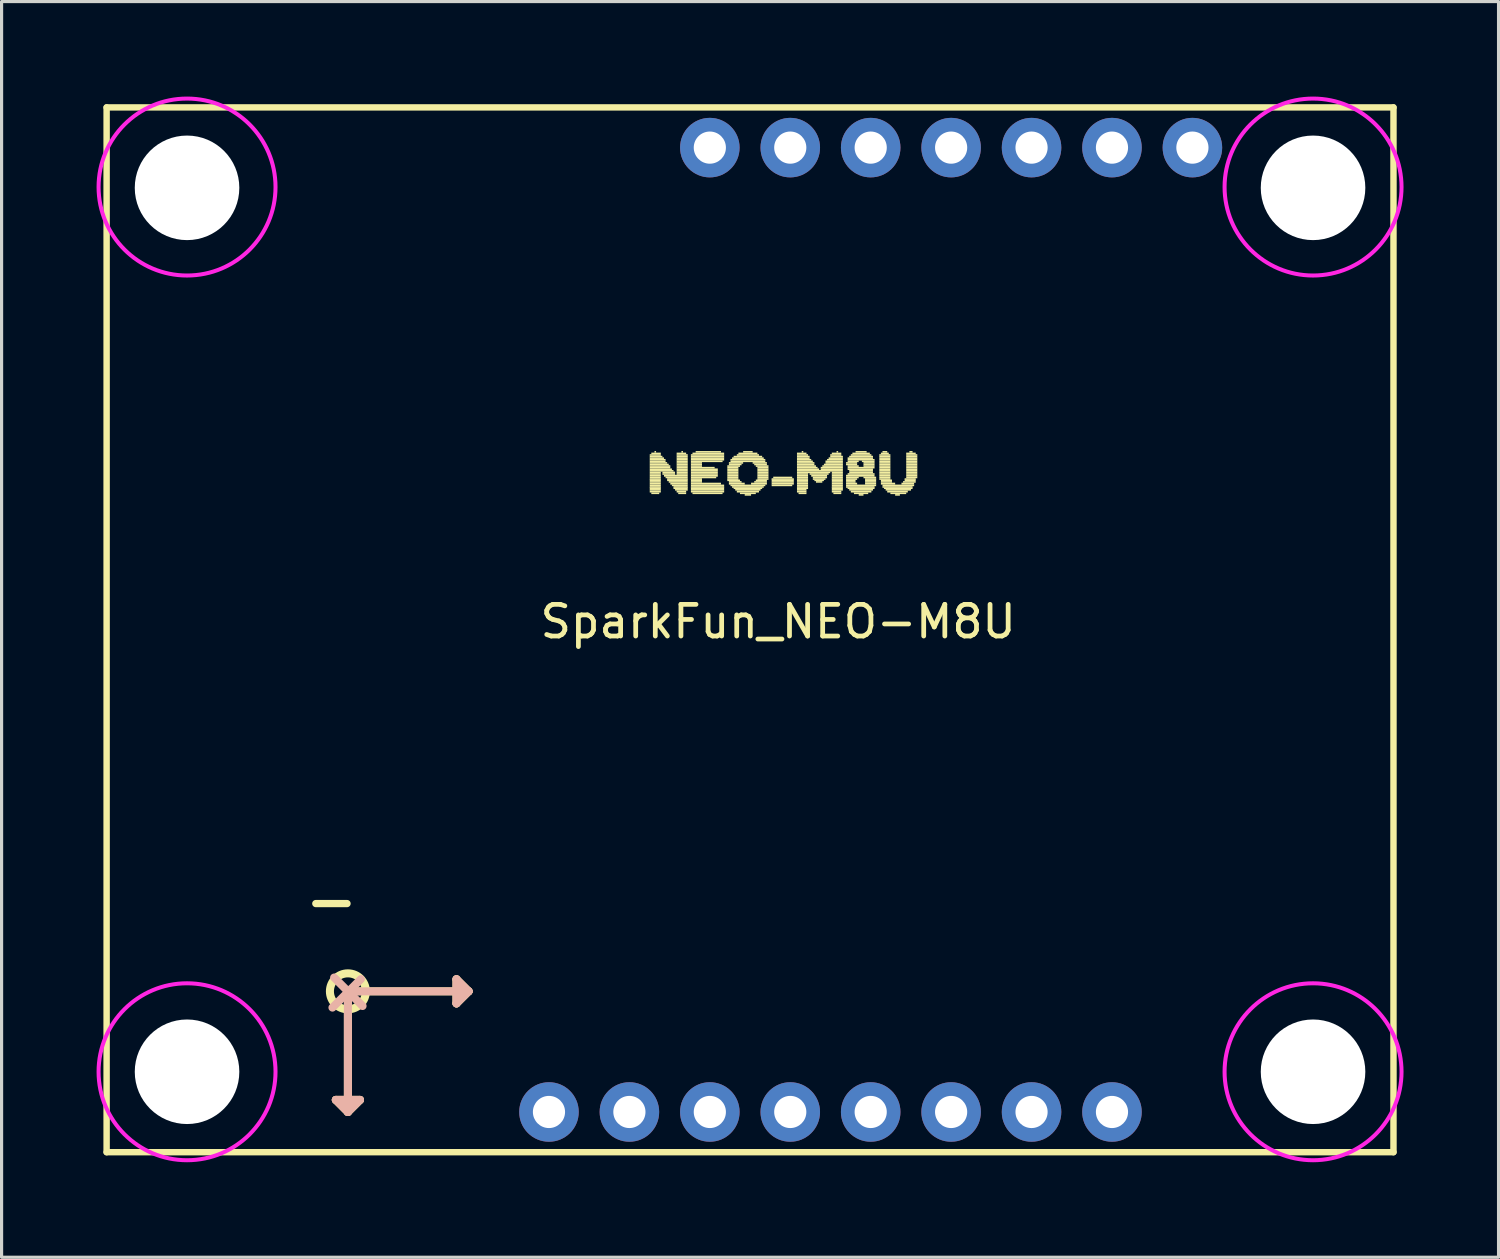
<source format=kicad_pcb>
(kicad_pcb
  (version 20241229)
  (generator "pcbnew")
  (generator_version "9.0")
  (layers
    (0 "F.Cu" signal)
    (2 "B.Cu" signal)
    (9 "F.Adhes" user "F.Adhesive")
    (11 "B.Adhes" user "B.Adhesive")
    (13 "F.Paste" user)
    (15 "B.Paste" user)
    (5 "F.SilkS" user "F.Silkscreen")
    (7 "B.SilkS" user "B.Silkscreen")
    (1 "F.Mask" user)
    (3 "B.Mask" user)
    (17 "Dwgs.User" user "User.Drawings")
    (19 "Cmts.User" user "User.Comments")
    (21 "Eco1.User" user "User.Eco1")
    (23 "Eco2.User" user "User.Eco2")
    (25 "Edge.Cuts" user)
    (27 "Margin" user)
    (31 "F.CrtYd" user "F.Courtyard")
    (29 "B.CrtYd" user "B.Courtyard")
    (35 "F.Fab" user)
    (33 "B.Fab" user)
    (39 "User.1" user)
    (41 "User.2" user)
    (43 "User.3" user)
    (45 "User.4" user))
  (footprint "SparkFun_NEO-M8U"
    (layer "F.Cu")
    (at 21.526 17.081)
    (property "Reference" "SparkFun_NEO-M8U" (at 0 -0.5 0) (unlocked yes) (layer "F.SilkS") (effects (font (size 1 1) (thickness 0.15))))
    (attr through_hole)
    (fp_line (start -21.209 -16.739) (end 19.431 -16.739) (stroke (width 0.203) (type solid)) (layer "F.SilkS"))
    (fp_line (start -21.209 16.256) (end -21.209 -16.739) (stroke (width 0.203) (type solid)) (layer "F.SilkS"))
    (fp_line (start -13.97 14.605) (end -13.208 14.605) (stroke (width 0.254) (type solid)) (layer "F.SilkS"))
    (fp_line (start -13.589 11.176) (end -9.779 11.176) (stroke (width 0.254) (type solid)) (layer "F.SilkS"))
    (fp_line (start -13.589 14.986) (end -13.97 14.605) (stroke (width 0.254) (type solid)) (layer "F.SilkS"))
    (fp_line (start -13.589 14.986) (end -13.589 11.176) (stroke (width 0.254) (type solid)) (layer "F.SilkS"))
    (fp_line (start -13.208 14.605) (end -13.589 14.986) (stroke (width 0.254) (type solid)) (layer "F.SilkS"))
    (fp_line (start -10.16 10.795) (end -10.16 11.557) (stroke (width 0.254) (type solid)) (layer "F.SilkS"))
    (fp_line (start -10.16 11.557) (end -9.779 11.176) (stroke (width 0.254) (type solid)) (layer "F.SilkS"))
    (fp_line (start -9.779 11.176) (end -10.16 10.795) (stroke (width 0.254) (type solid)) (layer "F.SilkS"))
    (fp_line (start 19.431 -16.739) (end 19.431 16.256) (stroke (width 0.203) (type solid)) (layer "F.SilkS"))
    (fp_line (start 19.431 16.256) (end -21.209 16.256) (stroke (width 0.203) (type solid)) (layer "F.SilkS"))
    (fp_circle (center -13.589 11.176) (end -13.021 11.176) (stroke (width 0.254) (type solid)) (fill no) (layer "F.SilkS"))
    (fp_poly (pts (xy -4.057 -5.737) (xy -3.707 -5.737) (xy -3.707 -5.787) (xy -4.057 -5.787)) (stroke (width 0) (type default)) (fill yes) (layer "F.SilkS"))
    (fp_poly (pts (xy -4.057 -5.687) (xy -3.657 -5.687) (xy -3.657 -5.737) (xy -4.057 -5.737)) (stroke (width 0) (type default)) (fill yes) (layer "F.SilkS"))
    (fp_poly (pts (xy -4.057 -5.637) (xy -3.607 -5.637) (xy -3.607 -5.687) (xy -4.057 -5.687)) (stroke (width 0) (type default)) (fill yes) (layer "F.SilkS"))
    (fp_poly (pts (xy -4.057 -5.587) (xy -3.557 -5.587) (xy -3.557 -5.637) (xy -4.057 -5.637)) (stroke (width 0) (type default)) (fill yes) (layer "F.SilkS"))
    (fp_poly (pts (xy -4.057 -5.537) (xy -3.557 -5.537) (xy -3.557 -5.587) (xy -4.057 -5.587)) (stroke (width 0) (type default)) (fill yes) (layer "F.SilkS"))
    (fp_poly (pts (xy -4.057 -5.487) (xy -3.507 -5.487) (xy -3.507 -5.537) (xy -4.057 -5.537)) (stroke (width 0) (type default)) (fill yes) (layer "F.SilkS"))
    (fp_poly (pts (xy -4.057 -5.437) (xy -3.457 -5.437) (xy -3.457 -5.487) (xy -4.057 -5.487)) (stroke (width 0) (type default)) (fill yes) (layer "F.SilkS"))
    (fp_poly (pts (xy -4.057 -5.387) (xy -3.407 -5.387) (xy -3.407 -5.437) (xy -4.057 -5.437)) (stroke (width 0) (type default)) (fill yes) (layer "F.SilkS"))
    (fp_poly (pts (xy -4.057 -5.337) (xy -3.407 -5.337) (xy -3.407 -5.387) (xy -4.057 -5.387)) (stroke (width 0) (type default)) (fill yes) (layer "F.SilkS"))
    (fp_poly (pts (xy -4.057 -5.287) (xy -3.357 -5.287) (xy -3.357 -5.337) (xy -4.057 -5.337)) (stroke (width 0) (type default)) (fill yes) (layer "F.SilkS"))
    (fp_poly (pts (xy -4.057 -5.237) (xy -3.307 -5.237) (xy -3.307 -5.287) (xy -4.057 -5.287)) (stroke (width 0) (type default)) (fill yes) (layer "F.SilkS"))
    (fp_poly (pts (xy -4.057 -5.187) (xy -3.707 -5.187) (xy -3.707 -5.237) (xy -4.057 -5.237)) (stroke (width 0) (type default)) (fill yes) (layer "F.SilkS"))
    (fp_poly (pts (xy -4.057 -5.137) (xy -3.707 -5.137) (xy -3.707 -5.187) (xy -4.057 -5.187)) (stroke (width 0) (type default)) (fill yes) (layer "F.SilkS"))
    (fp_poly (pts (xy -4.057 -5.077) (xy -3.707 -5.077) (xy -3.707 -5.137) (xy -4.057 -5.137)) (stroke (width 0) (type default)) (fill yes) (layer "F.SilkS"))
    (fp_poly (pts (xy -4.057 -5.027) (xy -3.707 -5.027) (xy -3.707 -5.077) (xy -4.057 -5.077)) (stroke (width 0) (type default)) (fill yes) (layer "F.SilkS"))
    (fp_poly (pts (xy -4.057 -4.977) (xy -3.707 -4.977) (xy -3.707 -5.027) (xy -4.057 -5.027)) (stroke (width 0) (type default)) (fill yes) (layer "F.SilkS"))
    (fp_poly (pts (xy -4.057 -4.937) (xy -3.707 -4.937) (xy -3.707 -4.987) (xy -4.057 -4.987)) (stroke (width 0) (type default)) (fill yes) (layer "F.SilkS"))
    (fp_poly (pts (xy -4.057 -4.887) (xy -3.707 -4.887) (xy -3.707 -4.937) (xy -4.057 -4.937)) (stroke (width 0) (type default)) (fill yes) (layer "F.SilkS"))
    (fp_poly (pts (xy -4.057 -4.827) (xy -3.707 -4.827) (xy -3.707 -4.887) (xy -4.057 -4.887)) (stroke (width 0) (type default)) (fill yes) (layer "F.SilkS"))
    (fp_poly (pts (xy -4.057 -4.777) (xy -3.707 -4.777) (xy -3.707 -4.827) (xy -4.057 -4.827)) (stroke (width 0) (type default)) (fill yes) (layer "F.SilkS"))
    (fp_poly (pts (xy -4.057 -4.727) (xy -3.707 -4.727) (xy -3.707 -4.777) (xy -4.057 -4.777)) (stroke (width 0) (type default)) (fill yes) (layer "F.SilkS"))
    (fp_poly (pts (xy -4.057 -4.687) (xy -3.707 -4.687) (xy -3.707 -4.737) (xy -4.057 -4.737)) (stroke (width 0) (type default)) (fill yes) (layer "F.SilkS"))
    (fp_poly (pts (xy -4.057 -4.637) (xy -3.707 -4.637) (xy -3.707 -4.687) (xy -4.057 -4.687)) (stroke (width 0) (type default)) (fill yes) (layer "F.SilkS"))
    (fp_poly (pts (xy -4.057 -4.577) (xy -3.707 -4.577) (xy -3.707 -4.637) (xy -4.057 -4.637)) (stroke (width 0) (type default)) (fill yes) (layer "F.SilkS"))
    (fp_poly (pts (xy -4.007 -5.787) (xy -3.707 -5.787) (xy -3.707 -5.837) (xy -4.007 -5.837)) (stroke (width 0) (type default)) (fill yes) (layer "F.SilkS"))
    (fp_poly (pts (xy -4.007 -4.527) (xy -3.757 -4.527) (xy -3.757 -4.577) (xy -4.007 -4.577)) (stroke (width 0) (type default)) (fill yes) (layer "F.SilkS"))
    (fp_poly (pts (xy -3.907 -5.837) (xy -3.857 -5.837) (xy -3.857 -5.887) (xy -3.907 -5.887)) (stroke (width 0) (type default)) (fill yes) (layer "F.SilkS"))
    (fp_poly (pts (xy -3.657 -5.187) (xy -3.257 -5.187) (xy -3.257 -5.237) (xy -3.657 -5.237)) (stroke (width 0) (type default)) (fill yes) (layer "F.SilkS"))
    (fp_poly (pts (xy -3.657 -5.137) (xy -3.257 -5.137) (xy -3.257 -5.187) (xy -3.657 -5.187)) (stroke (width 0) (type default)) (fill yes) (layer "F.SilkS"))
    (fp_poly (pts (xy -3.607 -5.077) (xy -2.857 -5.077) (xy -2.857 -5.137) (xy -3.607 -5.137)) (stroke (width 0) (type default)) (fill yes) (layer "F.SilkS"))
    (fp_poly (pts (xy -3.557 -5.027) (xy -2.857 -5.027) (xy -2.857 -5.077) (xy -3.557 -5.077)) (stroke (width 0) (type default)) (fill yes) (layer "F.SilkS"))
    (fp_poly (pts (xy -3.507 -4.977) (xy -2.857 -4.977) (xy -2.857 -5.027) (xy -3.507 -5.027)) (stroke (width 0) (type default)) (fill yes) (layer "F.SilkS"))
    (fp_poly (pts (xy -3.507 -4.937) (xy -2.857 -4.937) (xy -2.857 -4.987) (xy -3.507 -4.987)) (stroke (width 0) (type default)) (fill yes) (layer "F.SilkS"))
    (fp_poly (pts (xy -3.457 -4.887) (xy -2.857 -4.887) (xy -2.857 -4.937) (xy -3.457 -4.937)) (stroke (width 0) (type default)) (fill yes) (layer "F.SilkS"))
    (fp_poly (pts (xy -3.407 -4.827) (xy -2.857 -4.827) (xy -2.857 -4.887) (xy -3.407 -4.887)) (stroke (width 0) (type default)) (fill yes) (layer "F.SilkS"))
    (fp_poly (pts (xy -3.357 -4.777) (xy -2.857 -4.777) (xy -2.857 -4.827) (xy -3.357 -4.827)) (stroke (width 0) (type default)) (fill yes) (layer "F.SilkS"))
    (fp_poly (pts (xy -3.307 -4.727) (xy -2.857 -4.727) (xy -2.857 -4.777) (xy -3.307 -4.777)) (stroke (width 0) (type default)) (fill yes) (layer "F.SilkS"))
    (fp_poly (pts (xy -3.307 -4.687) (xy -2.857 -4.687) (xy -2.857 -4.737) (xy -3.307 -4.737)) (stroke (width 0) (type default)) (fill yes) (layer "F.SilkS"))
    (fp_poly (pts (xy -3.257 -4.637) (xy -2.857 -4.637) (xy -2.857 -4.687) (xy -3.257 -4.687)) (stroke (width 0) (type default)) (fill yes) (layer "F.SilkS"))
    (fp_poly (pts (xy -3.207 -5.787) (xy -2.907 -5.787) (xy -2.907 -5.837) (xy -3.207 -5.837)) (stroke (width 0) (type default)) (fill yes) (layer "F.SilkS"))
    (fp_poly (pts (xy -3.207 -5.737) (xy -2.857 -5.737) (xy -2.857 -5.787) (xy -3.207 -5.787)) (stroke (width 0) (type default)) (fill yes) (layer "F.SilkS"))
    (fp_poly (pts (xy -3.207 -5.687) (xy -2.857 -5.687) (xy -2.857 -5.737) (xy -3.207 -5.737)) (stroke (width 0) (type default)) (fill yes) (layer "F.SilkS"))
    (fp_poly (pts (xy -3.207 -5.637) (xy -2.857 -5.637) (xy -2.857 -5.687) (xy -3.207 -5.687)) (stroke (width 0) (type default)) (fill yes) (layer "F.SilkS"))
    (fp_poly (pts (xy -3.207 -5.587) (xy -2.857 -5.587) (xy -2.857 -5.637) (xy -3.207 -5.637)) (stroke (width 0) (type default)) (fill yes) (layer "F.SilkS"))
    (fp_poly (pts (xy -3.207 -5.537) (xy -2.857 -5.537) (xy -2.857 -5.587) (xy -3.207 -5.587)) (stroke (width 0) (type default)) (fill yes) (layer "F.SilkS"))
    (fp_poly (pts (xy -3.207 -5.487) (xy -2.857 -5.487) (xy -2.857 -5.537) (xy -3.207 -5.537)) (stroke (width 0) (type default)) (fill yes) (layer "F.SilkS"))
    (fp_poly (pts (xy -3.207 -5.437) (xy -2.857 -5.437) (xy -2.857 -5.487) (xy -3.207 -5.487)) (stroke (width 0) (type default)) (fill yes) (layer "F.SilkS"))
    (fp_poly (pts (xy -3.207 -5.387) (xy -2.857 -5.387) (xy -2.857 -5.437) (xy -3.207 -5.437)) (stroke (width 0) (type default)) (fill yes) (layer "F.SilkS"))
    (fp_poly (pts (xy -3.207 -5.337) (xy -2.857 -5.337) (xy -2.857 -5.387) (xy -3.207 -5.387)) (stroke (width 0) (type default)) (fill yes) (layer "F.SilkS"))
    (fp_poly (pts (xy -3.207 -5.287) (xy -2.857 -5.287) (xy -2.857 -5.337) (xy -3.207 -5.337)) (stroke (width 0) (type default)) (fill yes) (layer "F.SilkS"))
    (fp_poly (pts (xy -3.207 -5.237) (xy -2.857 -5.237) (xy -2.857 -5.287) (xy -3.207 -5.287)) (stroke (width 0) (type default)) (fill yes) (layer "F.SilkS"))
    (fp_poly (pts (xy -3.207 -5.187) (xy -2.857 -5.187) (xy -2.857 -5.237) (xy -3.207 -5.237)) (stroke (width 0) (type default)) (fill yes) (layer "F.SilkS"))
    (fp_poly (pts (xy -3.207 -5.137) (xy -2.857 -5.137) (xy -2.857 -5.187) (xy -3.207 -5.187)) (stroke (width 0) (type default)) (fill yes) (layer "F.SilkS"))
    (fp_poly (pts (xy -3.207 -4.577) (xy -2.907 -4.577) (xy -2.907 -4.637) (xy -3.207 -4.637)) (stroke (width 0) (type default)) (fill yes) (layer "F.SilkS"))
    (fp_poly (pts (xy -3.157 -4.527) (xy -2.907 -4.527) (xy -2.907 -4.577) (xy -3.157 -4.577)) (stroke (width 0) (type default)) (fill yes) (layer "F.SilkS"))
    (fp_poly (pts (xy -3.057 -5.837) (xy -3.007 -5.837) (xy -3.007 -5.887) (xy -3.057 -5.887)) (stroke (width 0) (type default)) (fill yes) (layer "F.SilkS"))
    (fp_poly (pts (xy -2.757 -5.737) (xy -1.707 -5.737) (xy -1.707 -5.787) (xy -2.757 -5.787)) (stroke (width 0) (type default)) (fill yes) (layer "F.SilkS"))
    (fp_poly (pts (xy -2.757 -5.687) (xy -1.707 -5.687) (xy -1.707 -5.737) (xy -2.757 -5.737)) (stroke (width 0) (type default)) (fill yes) (layer "F.SilkS"))
    (fp_poly (pts (xy -2.757 -5.637) (xy -1.707 -5.637) (xy -1.707 -5.687) (xy -2.757 -5.687)) (stroke (width 0) (type default)) (fill yes) (layer "F.SilkS"))
    (fp_poly (pts (xy -2.757 -5.587) (xy -1.707 -5.587) (xy -1.707 -5.637) (xy -2.757 -5.637)) (stroke (width 0) (type default)) (fill yes) (layer "F.SilkS"))
    (fp_poly (pts (xy -2.757 -5.537) (xy -1.757 -5.537) (xy -1.757 -5.587) (xy -2.757 -5.587)) (stroke (width 0) (type default)) (fill yes) (layer "F.SilkS"))
    (fp_poly (pts (xy -2.757 -5.487) (xy -2.407 -5.487) (xy -2.407 -5.537) (xy -2.757 -5.537)) (stroke (width 0) (type default)) (fill yes) (layer "F.SilkS"))
    (fp_poly (pts (xy -2.757 -5.437) (xy -2.407 -5.437) (xy -2.407 -5.487) (xy -2.757 -5.487)) (stroke (width 0) (type default)) (fill yes) (layer "F.SilkS"))
    (fp_poly (pts (xy -2.757 -5.387) (xy -2.407 -5.387) (xy -2.407 -5.437) (xy -2.757 -5.437)) (stroke (width 0) (type default)) (fill yes) (layer "F.SilkS"))
    (fp_poly (pts (xy -2.757 -5.337) (xy -2.007 -5.337) (xy -2.007 -5.387) (xy -2.757 -5.387)) (stroke (width 0) (type default)) (fill yes) (layer "F.SilkS"))
    (fp_poly (pts (xy -2.757 -5.287) (xy -1.907 -5.287) (xy -1.907 -5.337) (xy -2.757 -5.337)) (stroke (width 0) (type default)) (fill yes) (layer "F.SilkS"))
    (fp_poly (pts (xy -2.757 -5.237) (xy -1.907 -5.237) (xy -1.907 -5.287) (xy -2.757 -5.287)) (stroke (width 0) (type default)) (fill yes) (layer "F.SilkS"))
    (fp_poly (pts (xy -2.757 -5.187) (xy -1.907 -5.187) (xy -1.907 -5.237) (xy -2.757 -5.237)) (stroke (width 0) (type default)) (fill yes) (layer "F.SilkS"))
    (fp_poly (pts (xy -2.757 -5.137) (xy -1.907 -5.137) (xy -1.907 -5.187) (xy -2.757 -5.187)) (stroke (width 0) (type default)) (fill yes) (layer "F.SilkS"))
    (fp_poly (pts (xy -2.757 -5.077) (xy -1.907 -5.077) (xy -1.907 -5.137) (xy -2.757 -5.137)) (stroke (width 0) (type default)) (fill yes) (layer "F.SilkS"))
    (fp_poly (pts (xy -2.757 -5.027) (xy -1.957 -5.027) (xy -1.957 -5.077) (xy -2.757 -5.077)) (stroke (width 0) (type default)) (fill yes) (layer "F.SilkS"))
    (fp_poly (pts (xy -2.757 -4.977) (xy -2.407 -4.977) (xy -2.407 -5.027) (xy -2.757 -5.027)) (stroke (width 0) (type default)) (fill yes) (layer "F.SilkS"))
    (fp_poly (pts (xy -2.757 -4.937) (xy -2.407 -4.937) (xy -2.407 -4.987) (xy -2.757 -4.987)) (stroke (width 0) (type default)) (fill yes) (layer "F.SilkS"))
    (fp_poly (pts (xy -2.757 -4.887) (xy -2.407 -4.887) (xy -2.407 -4.937) (xy -2.757 -4.937)) (stroke (width 0) (type default)) (fill yes) (layer "F.SilkS"))
    (fp_poly (pts (xy -2.757 -4.827) (xy -1.807 -4.827) (xy -1.807 -4.887) (xy -2.757 -4.887)) (stroke (width 0) (type default)) (fill yes) (layer "F.SilkS"))
    (fp_poly (pts (xy -2.757 -4.777) (xy -1.707 -4.777) (xy -1.707 -4.827) (xy -2.757 -4.827)) (stroke (width 0) (type default)) (fill yes) (layer "F.SilkS"))
    (fp_poly (pts (xy -2.757 -4.727) (xy -1.707 -4.727) (xy -1.707 -4.777) (xy -2.757 -4.777)) (stroke (width 0) (type default)) (fill yes) (layer "F.SilkS"))
    (fp_poly (pts (xy -2.757 -4.687) (xy -1.707 -4.687) (xy -1.707 -4.737) (xy -2.757 -4.737)) (stroke (width 0) (type default)) (fill yes) (layer "F.SilkS"))
    (fp_poly (pts (xy -2.757 -4.637) (xy -1.707 -4.637) (xy -1.707 -4.687) (xy -2.757 -4.687)) (stroke (width 0) (type default)) (fill yes) (layer "F.SilkS"))
    (fp_poly (pts (xy -2.757 -4.577) (xy -1.707 -4.577) (xy -1.707 -4.637) (xy -2.757 -4.637)) (stroke (width 0) (type default)) (fill yes) (layer "F.SilkS"))
    (fp_poly (pts (xy -2.707 -5.787) (xy -1.707 -5.787) (xy -1.707 -5.837) (xy -2.707 -5.837)) (stroke (width 0) (type default)) (fill yes) (layer "F.SilkS"))
    (fp_poly (pts (xy -2.707 -4.527) (xy -1.757 -4.527) (xy -1.757 -4.577) (xy -2.707 -4.577)) (stroke (width 0) (type default)) (fill yes) (layer "F.SilkS"))
    (fp_poly (pts (xy -2.607 -5.837) (xy -1.807 -5.837) (xy -1.807 -5.887) (xy -2.607 -5.887)) (stroke (width 0) (type default)) (fill yes) (layer "F.SilkS"))
    (fp_poly (pts (xy -1.607 -5.387) (xy -1.207 -5.387) (xy -1.207 -5.437) (xy -1.607 -5.437)) (stroke (width 0) (type default)) (fill yes) (layer "F.SilkS"))
    (fp_poly (pts (xy -1.607 -5.337) (xy -1.257 -5.337) (xy -1.257 -5.387) (xy -1.607 -5.387)) (stroke (width 0) (type default)) (fill yes) (layer "F.SilkS"))
    (fp_poly (pts (xy -1.607 -5.287) (xy -1.257 -5.287) (xy -1.257 -5.337) (xy -1.607 -5.337)) (stroke (width 0) (type default)) (fill yes) (layer "F.SilkS"))
    (fp_poly (pts (xy -1.607 -5.237) (xy -1.257 -5.237) (xy -1.257 -5.287) (xy -1.607 -5.287)) (stroke (width 0) (type default)) (fill yes) (layer "F.SilkS"))
    (fp_poly (pts (xy -1.607 -5.187) (xy -1.257 -5.187) (xy -1.257 -5.237) (xy -1.607 -5.237)) (stroke (width 0) (type default)) (fill yes) (layer "F.SilkS"))
    (fp_poly (pts (xy -1.607 -5.137) (xy -1.257 -5.137) (xy -1.257 -5.187) (xy -1.607 -5.187)) (stroke (width 0) (type default)) (fill yes) (layer "F.SilkS"))
    (fp_poly (pts (xy -1.607 -5.077) (xy -1.257 -5.077) (xy -1.257 -5.137) (xy -1.607 -5.137)) (stroke (width 0) (type default)) (fill yes) (layer "F.SilkS"))
    (fp_poly (pts (xy -1.607 -5.027) (xy -1.257 -5.027) (xy -1.257 -5.077) (xy -1.607 -5.077)) (stroke (width 0) (type default)) (fill yes) (layer "F.SilkS"))
    (fp_poly (pts (xy -1.607 -4.977) (xy -1.257 -4.977) (xy -1.257 -5.027) (xy -1.607 -5.027)) (stroke (width 0) (type default)) (fill yes) (layer "F.SilkS"))
    (fp_poly (pts (xy -1.607 -4.937) (xy -1.207 -4.937) (xy -1.207 -4.987) (xy -1.607 -4.987)) (stroke (width 0) (type default)) (fill yes) (layer "F.SilkS"))
    (fp_poly (pts (xy -1.557 -5.487) (xy -1.107 -5.487) (xy -1.107 -5.537) (xy -1.557 -5.537)) (stroke (width 0) (type default)) (fill yes) (layer "F.SilkS"))
    (fp_poly (pts (xy -1.557 -5.437) (xy -1.157 -5.437) (xy -1.157 -5.487) (xy -1.557 -5.487)) (stroke (width 0) (type default)) (fill yes) (layer "F.SilkS"))
    (fp_poly (pts (xy -1.557 -4.887) (xy -1.157 -4.887) (xy -1.157 -4.937) (xy -1.557 -4.937)) (stroke (width 0) (type default)) (fill yes) (layer "F.SilkS"))
    (fp_poly (pts (xy -1.557 -4.827) (xy -1.057 -4.827) (xy -1.057 -4.887) (xy -1.557 -4.887)) (stroke (width 0) (type default)) (fill yes) (layer "F.SilkS"))
    (fp_poly (pts (xy -1.507 -5.587) (xy -0.407 -5.587) (xy -0.407 -5.637) (xy -1.507 -5.637)) (stroke (width 0) (type default)) (fill yes) (layer "F.SilkS"))
    (fp_poly (pts (xy -1.507 -5.537) (xy -0.407 -5.537) (xy -0.407 -5.587) (xy -1.507 -5.587)) (stroke (width 0) (type default)) (fill yes) (layer "F.SilkS"))
    (fp_poly (pts (xy -1.507 -4.777) (xy -0.407 -4.777) (xy -0.407 -4.827) (xy -1.507 -4.827)) (stroke (width 0) (type default)) (fill yes) (layer "F.SilkS"))
    (fp_poly (pts (xy -1.457 -5.637) (xy -0.457 -5.637) (xy -0.457 -5.687) (xy -1.457 -5.687)) (stroke (width 0) (type default)) (fill yes) (layer "F.SilkS"))
    (fp_poly (pts (xy -1.457 -4.727) (xy -0.457 -4.727) (xy -0.457 -4.777) (xy -1.457 -4.777)) (stroke (width 0) (type default)) (fill yes) (layer "F.SilkS"))
    (fp_poly (pts (xy -1.407 -5.687) (xy -0.507 -5.687) (xy -0.507 -5.737) (xy -1.407 -5.737)) (stroke (width 0) (type default)) (fill yes) (layer "F.SilkS"))
    (fp_poly (pts (xy -1.407 -4.687) (xy -0.507 -4.687) (xy -0.507 -4.737) (xy -1.407 -4.737)) (stroke (width 0) (type default)) (fill yes) (layer "F.SilkS"))
    (fp_poly (pts (xy -1.357 -4.637) (xy -0.557 -4.637) (xy -0.557 -4.687) (xy -1.357 -4.687)) (stroke (width 0) (type default)) (fill yes) (layer "F.SilkS"))
    (fp_poly (pts (xy -1.307 -5.737) (xy -0.607 -5.737) (xy -0.607 -5.787) (xy -1.307 -5.787)) (stroke (width 0) (type default)) (fill yes) (layer "F.SilkS"))
    (fp_poly (pts (xy -1.307 -4.577) (xy -0.607 -4.577) (xy -0.607 -4.637) (xy -1.307 -4.637)) (stroke (width 0) (type default)) (fill yes) (layer "F.SilkS"))
    (fp_poly (pts (xy -1.257 -5.787) (xy -0.657 -5.787) (xy -0.657 -5.837) (xy -1.257 -5.837)) (stroke (width 0) (type default)) (fill yes) (layer "F.SilkS"))
    (fp_poly (pts (xy -1.207 -4.527) (xy -0.707 -4.527) (xy -0.707 -4.577) (xy -1.207 -4.577)) (stroke (width 0) (type default)) (fill yes) (layer "F.SilkS"))
    (fp_poly (pts (xy -1.107 -5.837) (xy -0.807 -5.837) (xy -0.807 -5.887) (xy -1.107 -5.887)) (stroke (width 0) (type default)) (fill yes) (layer "F.SilkS"))
    (fp_poly (pts (xy -1.057 -4.477) (xy -0.857 -4.477) (xy -0.857 -4.527) (xy -1.057 -4.527)) (stroke (width 0) (type default)) (fill yes) (layer "F.SilkS"))
    (fp_poly (pts (xy -0.857 -4.827) (xy -0.357 -4.827) (xy -0.357 -4.887) (xy -0.857 -4.887)) (stroke (width 0) (type default)) (fill yes) (layer "F.SilkS"))
    (fp_poly (pts (xy -0.807 -5.487) (xy -0.357 -5.487) (xy -0.357 -5.537) (xy -0.807 -5.537)) (stroke (width 0) (type default)) (fill yes) (layer "F.SilkS"))
    (fp_poly (pts (xy -0.757 -5.437) (xy -0.357 -5.437) (xy -0.357 -5.487) (xy -0.757 -5.487)) (stroke (width 0) (type default)) (fill yes) (layer "F.SilkS"))
    (fp_poly (pts (xy -0.757 -4.887) (xy -0.357 -4.887) (xy -0.357 -4.937) (xy -0.757 -4.937)) (stroke (width 0) (type default)) (fill yes) (layer "F.SilkS"))
    (fp_poly (pts (xy -0.707 -5.387) (xy -0.307 -5.387) (xy -0.307 -5.437) (xy -0.707 -5.437)) (stroke (width 0) (type default)) (fill yes) (layer "F.SilkS"))
    (fp_poly (pts (xy -0.707 -4.937) (xy -0.357 -4.937) (xy -0.357 -4.987) (xy -0.707 -4.987)) (stroke (width 0) (type default)) (fill yes) (layer "F.SilkS"))
    (fp_poly (pts (xy -0.657 -5.337) (xy -0.307 -5.337) (xy -0.307 -5.387) (xy -0.657 -5.387)) (stroke (width 0) (type default)) (fill yes) (layer "F.SilkS"))
    (fp_poly (pts (xy -0.657 -5.287) (xy -0.307 -5.287) (xy -0.307 -5.337) (xy -0.657 -5.337)) (stroke (width 0) (type default)) (fill yes) (layer "F.SilkS"))
    (fp_poly (pts (xy -0.657 -5.237) (xy -0.307 -5.237) (xy -0.307 -5.287) (xy -0.657 -5.287)) (stroke (width 0) (type default)) (fill yes) (layer "F.SilkS"))
    (fp_poly (pts (xy -0.657 -5.187) (xy -0.307 -5.187) (xy -0.307 -5.237) (xy -0.657 -5.237)) (stroke (width 0) (type default)) (fill yes) (layer "F.SilkS"))
    (fp_poly (pts (xy -0.657 -5.137) (xy -0.307 -5.137) (xy -0.307 -5.187) (xy -0.657 -5.187)) (stroke (width 0) (type default)) (fill yes) (layer "F.SilkS"))
    (fp_poly (pts (xy -0.657 -5.077) (xy -0.307 -5.077) (xy -0.307 -5.137) (xy -0.657 -5.137)) (stroke (width 0) (type default)) (fill yes) (layer "F.SilkS"))
    (fp_poly (pts (xy -0.657 -5.027) (xy -0.307 -5.027) (xy -0.307 -5.077) (xy -0.657 -5.077)) (stroke (width 0) (type default)) (fill yes) (layer "F.SilkS"))
    (fp_poly (pts (xy -0.657 -4.977) (xy -0.307 -4.977) (xy -0.307 -5.027) (xy -0.657 -5.027)) (stroke (width 0) (type default)) (fill yes) (layer "F.SilkS"))
    (fp_poly (pts (xy -0.207 -4.977) (xy 0.493 -4.977) (xy 0.493 -5.027) (xy -0.207 -5.027)) (stroke (width 0) (type default)) (fill yes) (layer "F.SilkS"))
    (fp_poly (pts (xy -0.207 -4.937) (xy 0.493 -4.937) (xy 0.493 -4.987) (xy -0.207 -4.987)) (stroke (width 0) (type default)) (fill yes) (layer "F.SilkS"))
    (fp_poly (pts (xy -0.207 -4.887) (xy 0.493 -4.887) (xy 0.493 -4.937) (xy -0.207 -4.937)) (stroke (width 0) (type default)) (fill yes) (layer "F.SilkS"))
    (fp_poly (pts (xy -0.207 -4.827) (xy 0.493 -4.827) (xy 0.493 -4.887) (xy -0.207 -4.887)) (stroke (width 0) (type default)) (fill yes) (layer "F.SilkS"))
    (fp_poly (pts (xy -0.207 -4.777) (xy 0.443 -4.777) (xy 0.443 -4.827) (xy -0.207 -4.827)) (stroke (width 0) (type default)) (fill yes) (layer "F.SilkS"))
    (fp_poly (pts (xy -0.157 -5.027) (xy 0.443 -5.027) (xy 0.443 -5.077) (xy -0.157 -5.077)) (stroke (width 0) (type default)) (fill yes) (layer "F.SilkS"))
    (fp_poly (pts (xy 0.593 -5.787) (xy 0.893 -5.787) (xy 0.893 -5.837) (xy 0.593 -5.837)) (stroke (width 0) (type default)) (fill yes) (layer "F.SilkS"))
    (fp_poly (pts (xy 0.593 -5.737) (xy 0.943 -5.737) (xy 0.943 -5.787) (xy 0.593 -5.787)) (stroke (width 0) (type default)) (fill yes) (layer "F.SilkS"))
    (fp_poly (pts (xy 0.593 -5.687) (xy 0.993 -5.687) (xy 0.993 -5.737) (xy 0.593 -5.737)) (stroke (width 0) (type default)) (fill yes) (layer "F.SilkS"))
    (fp_poly (pts (xy 0.593 -5.637) (xy 0.993 -5.637) (xy 0.993 -5.687) (xy 0.593 -5.687)) (stroke (width 0) (type default)) (fill yes) (layer "F.SilkS"))
    (fp_poly (pts (xy 0.593 -5.587) (xy 1.043 -5.587) (xy 1.043 -5.637) (xy 0.593 -5.637)) (stroke (width 0) (type default)) (fill yes) (layer "F.SilkS"))
    (fp_poly (pts (xy 0.593 -5.537) (xy 1.093 -5.537) (xy 1.093 -5.587) (xy 0.593 -5.587)) (stroke (width 0) (type default)) (fill yes) (layer "F.SilkS"))
    (fp_poly (pts (xy 0.593 -5.487) (xy 1.143 -5.487) (xy 1.143 -5.537) (xy 0.593 -5.537)) (stroke (width 0) (type default)) (fill yes) (layer "F.SilkS"))
    (fp_poly (pts (xy 0.593 -5.437) (xy 1.143 -5.437) (xy 1.143 -5.487) (xy 0.593 -5.487)) (stroke (width 0) (type default)) (fill yes) (layer "F.SilkS"))
    (fp_poly (pts (xy 0.593 -5.387) (xy 1.193 -5.387) (xy 1.193 -5.437) (xy 0.593 -5.437)) (stroke (width 0) (type default)) (fill yes) (layer "F.SilkS"))
    (fp_poly (pts (xy 0.593 -5.337) (xy 1.243 -5.337) (xy 1.243 -5.387) (xy 0.593 -5.387)) (stroke (width 0) (type default)) (fill yes) (layer "F.SilkS"))
    (fp_poly (pts (xy 0.593 -5.287) (xy 1.293 -5.287) (xy 1.293 -5.337) (xy 0.593 -5.337)) (stroke (width 0) (type default)) (fill yes) (layer "F.SilkS"))
    (fp_poly (pts (xy 0.593 -5.237) (xy 2.043 -5.237) (xy 2.043 -5.287) (xy 0.593 -5.287)) (stroke (width 0) (type default)) (fill yes) (layer "F.SilkS"))
    (fp_poly (pts (xy 0.593 -5.187) (xy 1.643 -5.187) (xy 1.643 -5.237) (xy 0.593 -5.237)) (stroke (width 0) (type default)) (fill yes) (layer "F.SilkS"))
    (fp_poly (pts (xy 0.593 -5.137) (xy 0.943 -5.137) (xy 0.943 -5.187) (xy 0.593 -5.187)) (stroke (width 0) (type default)) (fill yes) (layer "F.SilkS"))
    (fp_poly (pts (xy 0.593 -5.077) (xy 0.943 -5.077) (xy 0.943 -5.137) (xy 0.593 -5.137)) (stroke (width 0) (type default)) (fill yes) (layer "F.SilkS"))
    (fp_poly (pts (xy 0.593 -5.027) (xy 0.943 -5.027) (xy 0.943 -5.077) (xy 0.593 -5.077)) (stroke (width 0) (type default)) (fill yes) (layer "F.SilkS"))
    (fp_poly (pts (xy 0.593 -4.977) (xy 0.943 -4.977) (xy 0.943 -5.027) (xy 0.593 -5.027)) (stroke (width 0) (type default)) (fill yes) (layer "F.SilkS"))
    (fp_poly (pts (xy 0.593 -4.937) (xy 0.943 -4.937) (xy 0.943 -4.987) (xy 0.593 -4.987)) (stroke (width 0) (type default)) (fill yes) (layer "F.SilkS"))
    (fp_poly (pts (xy 0.593 -4.887) (xy 0.943 -4.887) (xy 0.943 -4.937) (xy 0.593 -4.937)) (stroke (width 0) (type default)) (fill yes) (layer "F.SilkS"))
    (fp_poly (pts (xy 0.593 -4.827) (xy 0.943 -4.827) (xy 0.943 -4.887) (xy 0.593 -4.887)) (stroke (width 0) (type default)) (fill yes) (layer "F.SilkS"))
    (fp_poly (pts (xy 0.593 -4.777) (xy 0.943 -4.777) (xy 0.943 -4.827) (xy 0.593 -4.827)) (stroke (width 0) (type default)) (fill yes) (layer "F.SilkS"))
    (fp_poly (pts (xy 0.593 -4.727) (xy 0.943 -4.727) (xy 0.943 -4.777) (xy 0.593 -4.777)) (stroke (width 0) (type default)) (fill yes) (layer "F.SilkS"))
    (fp_poly (pts (xy 0.593 -4.687) (xy 0.943 -4.687) (xy 0.943 -4.737) (xy 0.593 -4.737)) (stroke (width 0) (type default)) (fill yes) (layer "F.SilkS"))
    (fp_poly (pts (xy 0.593 -4.637) (xy 0.893 -4.637) (xy 0.893 -4.687) (xy 0.593 -4.687)) (stroke (width 0) (type default)) (fill yes) (layer "F.SilkS"))
    (fp_poly (pts (xy 0.593 -4.577) (xy 0.893 -4.577) (xy 0.893 -4.637) (xy 0.593 -4.637)) (stroke (width 0) (type default)) (fill yes) (layer "F.SilkS"))
    (fp_poly (pts (xy 0.643 -4.527) (xy 0.893 -4.527) (xy 0.893 -4.577) (xy 0.643 -4.577)) (stroke (width 0) (type default)) (fill yes) (layer "F.SilkS"))
    (fp_poly (pts (xy 0.743 -5.837) (xy 0.793 -5.837) (xy 0.793 -5.887) (xy 0.743 -5.887)) (stroke (width 0) (type default)) (fill yes) (layer "F.SilkS"))
    (fp_poly (pts (xy 0.993 -5.137) (xy 1.593 -5.137) (xy 1.593 -5.187) (xy 0.993 -5.187)) (stroke (width 0) (type default)) (fill yes) (layer "F.SilkS"))
    (fp_poly (pts (xy 1.043 -5.077) (xy 1.543 -5.077) (xy 1.543 -5.137) (xy 1.043 -5.137)) (stroke (width 0) (type default)) (fill yes) (layer "F.SilkS"))
    (fp_poly (pts (xy 1.093 -5.027) (xy 1.543 -5.027) (xy 1.543 -5.077) (xy 1.093 -5.077)) (stroke (width 0) (type default)) (fill yes) (layer "F.SilkS"))
    (fp_poly (pts (xy 1.093 -4.977) (xy 1.493 -4.977) (xy 1.493 -5.027) (xy 1.093 -5.027)) (stroke (width 0) (type default)) (fill yes) (layer "F.SilkS"))
    (fp_poly (pts (xy 1.143 -4.937) (xy 1.443 -4.937) (xy 1.443 -4.987) (xy 1.143 -4.987)) (stroke (width 0) (type default)) (fill yes) (layer "F.SilkS"))
    (fp_poly (pts (xy 1.193 -4.887) (xy 1.393 -4.887) (xy 1.393 -4.937) (xy 1.193 -4.937)) (stroke (width 0) (type default)) (fill yes) (layer "F.SilkS"))
    (fp_poly (pts (xy 1.343 -5.337) (xy 2.043 -5.337) (xy 2.043 -5.387) (xy 1.343 -5.387)) (stroke (width 0) (type default)) (fill yes) (layer "F.SilkS"))
    (fp_poly (pts (xy 1.343 -5.287) (xy 2.043 -5.287) (xy 2.043 -5.337) (xy 1.343 -5.337)) (stroke (width 0) (type default)) (fill yes) (layer "F.SilkS"))
    (fp_poly (pts (xy 1.393 -5.387) (xy 2.043 -5.387) (xy 2.043 -5.437) (xy 1.393 -5.437)) (stroke (width 0) (type default)) (fill yes) (layer "F.SilkS"))
    (fp_poly (pts (xy 1.443 -5.437) (xy 2.043 -5.437) (xy 2.043 -5.487) (xy 1.443 -5.487)) (stroke (width 0) (type default)) (fill yes) (layer "F.SilkS"))
    (fp_poly (pts (xy 1.493 -5.537) (xy 2.043 -5.537) (xy 2.043 -5.587) (xy 1.493 -5.587)) (stroke (width 0) (type default)) (fill yes) (layer "F.SilkS"))
    (fp_poly (pts (xy 1.493 -5.487) (xy 2.043 -5.487) (xy 2.043 -5.537) (xy 1.493 -5.537)) (stroke (width 0) (type default)) (fill yes) (layer "F.SilkS"))
    (fp_poly (pts (xy 1.543 -5.587) (xy 2.043 -5.587) (xy 2.043 -5.637) (xy 1.543 -5.637)) (stroke (width 0) (type default)) (fill yes) (layer "F.SilkS"))
    (fp_poly (pts (xy 1.593 -5.637) (xy 2.043 -5.637) (xy 2.043 -5.687) (xy 1.593 -5.687)) (stroke (width 0) (type default)) (fill yes) (layer "F.SilkS"))
    (fp_poly (pts (xy 1.643 -5.737) (xy 1.993 -5.737) (xy 1.993 -5.787) (xy 1.643 -5.787)) (stroke (width 0) (type default)) (fill yes) (layer "F.SilkS"))
    (fp_poly (pts (xy 1.643 -5.687) (xy 2.043 -5.687) (xy 2.043 -5.737) (xy 1.643 -5.737)) (stroke (width 0) (type default)) (fill yes) (layer "F.SilkS"))
    (fp_poly (pts (xy 1.693 -5.787) (xy 1.993 -5.787) (xy 1.993 -5.837) (xy 1.693 -5.837)) (stroke (width 0) (type default)) (fill yes) (layer "F.SilkS"))
    (fp_poly (pts (xy 1.693 -5.187) (xy 2.043 -5.187) (xy 2.043 -5.237) (xy 1.693 -5.237)) (stroke (width 0) (type default)) (fill yes) (layer "F.SilkS"))
    (fp_poly (pts (xy 1.693 -5.137) (xy 2.043 -5.137) (xy 2.043 -5.187) (xy 1.693 -5.187)) (stroke (width 0) (type default)) (fill yes) (layer "F.SilkS"))
    (fp_poly (pts (xy 1.693 -5.077) (xy 2.043 -5.077) (xy 2.043 -5.137) (xy 1.693 -5.137)) (stroke (width 0) (type default)) (fill yes) (layer "F.SilkS"))
    (fp_poly (pts (xy 1.693 -5.027) (xy 2.043 -5.027) (xy 2.043 -5.077) (xy 1.693 -5.077)) (stroke (width 0) (type default)) (fill yes) (layer "F.SilkS"))
    (fp_poly (pts (xy 1.693 -4.977) (xy 2.043 -4.977) (xy 2.043 -5.027) (xy 1.693 -5.027)) (stroke (width 0) (type default)) (fill yes) (layer "F.SilkS"))
    (fp_poly (pts (xy 1.693 -4.937) (xy 2.043 -4.937) (xy 2.043 -4.987) (xy 1.693 -4.987)) (stroke (width 0) (type default)) (fill yes) (layer "F.SilkS"))
    (fp_poly (pts (xy 1.693 -4.887) (xy 2.043 -4.887) (xy 2.043 -4.937) (xy 1.693 -4.937)) (stroke (width 0) (type default)) (fill yes) (layer "F.SilkS"))
    (fp_poly (pts (xy 1.693 -4.827) (xy 2.043 -4.827) (xy 2.043 -4.887) (xy 1.693 -4.887)) (stroke (width 0) (type default)) (fill yes) (layer "F.SilkS"))
    (fp_poly (pts (xy 1.693 -4.777) (xy 2.043 -4.777) (xy 2.043 -4.827) (xy 1.693 -4.827)) (stroke (width 0) (type default)) (fill yes) (layer "F.SilkS"))
    (fp_poly (pts (xy 1.693 -4.727) (xy 2.043 -4.727) (xy 2.043 -4.777) (xy 1.693 -4.777)) (stroke (width 0) (type default)) (fill yes) (layer "F.SilkS"))
    (fp_poly (pts (xy 1.693 -4.687) (xy 2.043 -4.687) (xy 2.043 -4.737) (xy 1.693 -4.737)) (stroke (width 0) (type default)) (fill yes) (layer "F.SilkS"))
    (fp_poly (pts (xy 1.693 -4.637) (xy 2.043 -4.637) (xy 2.043 -4.687) (xy 1.693 -4.687)) (stroke (width 0) (type default)) (fill yes) (layer "F.SilkS"))
    (fp_poly (pts (xy 1.693 -4.577) (xy 1.993 -4.577) (xy 1.993 -4.637) (xy 1.693 -4.637)) (stroke (width 0) (type default)) (fill yes) (layer "F.SilkS"))
    (fp_poly (pts (xy 1.743 -4.527) (xy 1.993 -4.527) (xy 1.993 -4.577) (xy 1.743 -4.577)) (stroke (width 0) (type default)) (fill yes) (layer "F.SilkS"))
    (fp_poly (pts (xy 1.843 -5.837) (xy 1.893 -5.837) (xy 1.893 -5.887) (xy 1.843 -5.887)) (stroke (width 0) (type default)) (fill yes) (layer "F.SilkS"))
    (fp_poly (pts (xy 2.143 -5.487) (xy 2.493 -5.487) (xy 2.493 -5.537) (xy 2.143 -5.537)) (stroke (width 0) (type default)) (fill yes) (layer "F.SilkS"))
    (fp_poly (pts (xy 2.143 -5.437) (xy 2.493 -5.437) (xy 2.493 -5.487) (xy 2.143 -5.487)) (stroke (width 0) (type default)) (fill yes) (layer "F.SilkS"))
    (fp_poly (pts (xy 2.143 -5.077) (xy 3.043 -5.077) (xy 3.043 -5.137) (xy 2.143 -5.137)) (stroke (width 0) (type default)) (fill yes) (layer "F.SilkS"))
    (fp_poly (pts (xy 2.143 -5.027) (xy 2.543 -5.027) (xy 2.543 -5.077) (xy 2.143 -5.077)) (stroke (width 0) (type default)) (fill yes) (layer "F.SilkS"))
    (fp_poly (pts (xy 2.143 -4.977) (xy 2.493 -4.977) (xy 2.493 -5.027) (xy 2.143 -5.027)) (stroke (width 0) (type default)) (fill yes) (layer "F.SilkS"))
    (fp_poly (pts (xy 2.143 -4.937) (xy 2.443 -4.937) (xy 2.443 -4.987) (xy 2.143 -4.987)) (stroke (width 0) (type default)) (fill yes) (layer "F.SilkS"))
    (fp_poly (pts (xy 2.143 -4.887) (xy 2.443 -4.887) (xy 2.443 -4.937) (xy 2.143 -4.937)) (stroke (width 0) (type default)) (fill yes) (layer "F.SilkS"))
    (fp_poly (pts (xy 2.143 -4.827) (xy 2.493 -4.827) (xy 2.493 -4.887) (xy 2.143 -4.887)) (stroke (width 0) (type default)) (fill yes) (layer "F.SilkS"))
    (fp_poly (pts (xy 2.143 -4.777) (xy 3.093 -4.777) (xy 3.093 -4.827) (xy 2.143 -4.827)) (stroke (width 0) (type default)) (fill yes) (layer "F.SilkS"))
    (fp_poly (pts (xy 2.143 -4.727) (xy 3.043 -4.727) (xy 3.043 -4.777) (xy 2.143 -4.777)) (stroke (width 0) (type default)) (fill yes) (layer "F.SilkS"))
    (fp_poly (pts (xy 2.193 -5.637) (xy 2.993 -5.637) (xy 2.993 -5.687) (xy 2.193 -5.687)) (stroke (width 0) (type default)) (fill yes) (layer "F.SilkS"))
    (fp_poly (pts (xy 2.193 -5.587) (xy 3.043 -5.587) (xy 3.043 -5.637) (xy 2.193 -5.637)) (stroke (width 0) (type default)) (fill yes) (layer "F.SilkS"))
    (fp_poly (pts (xy 2.193 -5.537) (xy 2.543 -5.537) (xy 2.543 -5.587) (xy 2.193 -5.587)) (stroke (width 0) (type default)) (fill yes) (layer "F.SilkS"))
    (fp_poly (pts (xy 2.193 -5.387) (xy 2.543 -5.387) (xy 2.543 -5.437) (xy 2.193 -5.437)) (stroke (width 0) (type default)) (fill yes) (layer "F.SilkS"))
    (fp_poly (pts (xy 2.193 -5.337) (xy 3.043 -5.337) (xy 3.043 -5.387) (xy 2.193 -5.387)) (stroke (width 0) (type default)) (fill yes) (layer "F.SilkS"))
    (fp_poly (pts (xy 2.193 -5.287) (xy 2.993 -5.287) (xy 2.993 -5.337) (xy 2.193 -5.337)) (stroke (width 0) (type default)) (fill yes) (layer "F.SilkS"))
    (fp_poly (pts (xy 2.193 -5.137) (xy 3.043 -5.137) (xy 3.043 -5.187) (xy 2.193 -5.187)) (stroke (width 0) (type default)) (fill yes) (layer "F.SilkS"))
    (fp_poly (pts (xy 2.193 -4.687) (xy 3.043 -4.687) (xy 3.043 -4.737) (xy 2.193 -4.737)) (stroke (width 0) (type default)) (fill yes) (layer "F.SilkS"))
    (fp_poly (pts (xy 2.243 -5.687) (xy 2.993 -5.687) (xy 2.993 -5.737) (xy 2.243 -5.737)) (stroke (width 0) (type default)) (fill yes) (layer "F.SilkS"))
    (fp_poly (pts (xy 2.243 -5.237) (xy 2.993 -5.237) (xy 2.993 -5.287) (xy 2.243 -5.287)) (stroke (width 0) (type default)) (fill yes) (layer "F.SilkS"))
    (fp_poly (pts (xy 2.243 -5.187) (xy 2.993 -5.187) (xy 2.993 -5.237) (xy 2.243 -5.237)) (stroke (width 0) (type default)) (fill yes) (layer "F.SilkS"))
    (fp_poly (pts (xy 2.243 -4.637) (xy 2.993 -4.637) (xy 2.993 -4.687) (xy 2.243 -4.687)) (stroke (width 0) (type default)) (fill yes) (layer "F.SilkS"))
    (fp_poly (pts (xy 2.293 -5.737) (xy 2.943 -5.737) (xy 2.943 -5.787) (xy 2.293 -5.787)) (stroke (width 0) (type default)) (fill yes) (layer "F.SilkS"))
    (fp_poly (pts (xy 2.293 -4.577) (xy 2.943 -4.577) (xy 2.943 -4.637) (xy 2.293 -4.637)) (stroke (width 0) (type default)) (fill yes) (layer "F.SilkS"))
    (fp_poly (pts (xy 2.343 -5.787) (xy 2.893 -5.787) (xy 2.893 -5.837) (xy 2.343 -5.837)) (stroke (width 0) (type default)) (fill yes) (layer "F.SilkS"))
    (fp_poly (pts (xy 2.393 -4.527) (xy 2.843 -4.527) (xy 2.843 -4.577) (xy 2.393 -4.577)) (stroke (width 0) (type default)) (fill yes) (layer "F.SilkS"))
    (fp_poly (pts (xy 2.443 -5.837) (xy 2.793 -5.837) (xy 2.793 -5.887) (xy 2.443 -5.887)) (stroke (width 0) (type default)) (fill yes) (layer "F.SilkS"))
    (fp_poly (pts (xy 2.543 -4.477) (xy 2.693 -4.477) (xy 2.693 -4.527) (xy 2.543 -4.527)) (stroke (width 0) (type default)) (fill yes) (layer "F.SilkS"))
    (fp_poly (pts (xy 2.643 -5.537) (xy 3.043 -5.537) (xy 3.043 -5.587) (xy 2.643 -5.587)) (stroke (width 0) (type default)) (fill yes) (layer "F.SilkS"))
    (fp_poly (pts (xy 2.693 -5.487) (xy 3.043 -5.487) (xy 3.043 -5.537) (xy 2.693 -5.537)) (stroke (width 0) (type default)) (fill yes) (layer "F.SilkS"))
    (fp_poly (pts (xy 2.693 -5.437) (xy 3.043 -5.437) (xy 3.043 -5.487) (xy 2.693 -5.487)) (stroke (width 0) (type default)) (fill yes) (layer "F.SilkS"))
    (fp_poly (pts (xy 2.693 -5.387) (xy 3.043 -5.387) (xy 3.043 -5.437) (xy 2.693 -5.437)) (stroke (width 0) (type default)) (fill yes) (layer "F.SilkS"))
    (fp_poly (pts (xy 2.693 -5.027) (xy 3.093 -5.027) (xy 3.093 -5.077) (xy 2.693 -5.077)) (stroke (width 0) (type default)) (fill yes) (layer "F.SilkS"))
    (fp_poly (pts (xy 2.743 -4.977) (xy 3.093 -4.977) (xy 3.093 -5.027) (xy 2.743 -5.027)) (stroke (width 0) (type default)) (fill yes) (layer "F.SilkS"))
    (fp_poly (pts (xy 2.743 -4.937) (xy 3.093 -4.937) (xy 3.093 -4.987) (xy 2.743 -4.987)) (stroke (width 0) (type default)) (fill yes) (layer "F.SilkS"))
    (fp_poly (pts (xy 2.743 -4.887) (xy 3.093 -4.887) (xy 3.093 -4.937) (xy 2.743 -4.937)) (stroke (width 0) (type default)) (fill yes) (layer "F.SilkS"))
    (fp_poly (pts (xy 2.743 -4.827) (xy 3.093 -4.827) (xy 3.093 -4.887) (xy 2.743 -4.887)) (stroke (width 0) (type default)) (fill yes) (layer "F.SilkS"))
    (fp_poly (pts (xy 3.193 -5.737) (xy 3.543 -5.737) (xy 3.543 -5.787) (xy 3.193 -5.787)) (stroke (width 0) (type default)) (fill yes) (layer "F.SilkS"))
    (fp_poly (pts (xy 3.193 -5.687) (xy 3.543 -5.687) (xy 3.543 -5.737) (xy 3.193 -5.737)) (stroke (width 0) (type default)) (fill yes) (layer "F.SilkS"))
    (fp_poly (pts (xy 3.193 -5.637) (xy 3.543 -5.637) (xy 3.543 -5.687) (xy 3.193 -5.687)) (stroke (width 0) (type default)) (fill yes) (layer "F.SilkS"))
    (fp_poly (pts (xy 3.193 -5.587) (xy 3.543 -5.587) (xy 3.543 -5.637) (xy 3.193 -5.637)) (stroke (width 0) (type default)) (fill yes) (layer "F.SilkS"))
    (fp_poly (pts (xy 3.193 -5.537) (xy 3.543 -5.537) (xy 3.543 -5.587) (xy 3.193 -5.587)) (stroke (width 0) (type default)) (fill yes) (layer "F.SilkS"))
    (fp_poly (pts (xy 3.193 -5.487) (xy 3.543 -5.487) (xy 3.543 -5.537) (xy 3.193 -5.537)) (stroke (width 0) (type default)) (fill yes) (layer "F.SilkS"))
    (fp_poly (pts (xy 3.193 -5.437) (xy 3.543 -5.437) (xy 3.543 -5.487) (xy 3.193 -5.487)) (stroke (width 0) (type default)) (fill yes) (layer "F.SilkS"))
    (fp_poly (pts (xy 3.193 -5.387) (xy 3.543 -5.387) (xy 3.543 -5.437) (xy 3.193 -5.437)) (stroke (width 0) (type default)) (fill yes) (layer "F.SilkS"))
    (fp_poly (pts (xy 3.193 -5.337) (xy 3.543 -5.337) (xy 3.543 -5.387) (xy 3.193 -5.387)) (stroke (width 0) (type default)) (fill yes) (layer "F.SilkS"))
    (fp_poly (pts (xy 3.193 -5.287) (xy 3.543 -5.287) (xy 3.543 -5.337) (xy 3.193 -5.337)) (stroke (width 0) (type default)) (fill yes) (layer "F.SilkS"))
    (fp_poly (pts (xy 3.193 -5.237) (xy 3.543 -5.237) (xy 3.543 -5.287) (xy 3.193 -5.287)) (stroke (width 0) (type default)) (fill yes) (layer "F.SilkS"))
    (fp_poly (pts (xy 3.193 -5.187) (xy 3.543 -5.187) (xy 3.543 -5.237) (xy 3.193 -5.237)) (stroke (width 0) (type default)) (fill yes) (layer "F.SilkS"))
    (fp_poly (pts (xy 3.193 -5.137) (xy 3.543 -5.137) (xy 3.543 -5.187) (xy 3.193 -5.187)) (stroke (width 0) (type default)) (fill yes) (layer "F.SilkS"))
    (fp_poly (pts (xy 3.193 -5.077) (xy 3.543 -5.077) (xy 3.543 -5.137) (xy 3.193 -5.137)) (stroke (width 0) (type default)) (fill yes) (layer "F.SilkS"))
    (fp_poly (pts (xy 3.193 -5.027) (xy 3.543 -5.027) (xy 3.543 -5.077) (xy 3.193 -5.077)) (stroke (width 0) (type default)) (fill yes) (layer "F.SilkS"))
    (fp_poly (pts (xy 3.193 -4.977) (xy 3.543 -4.977) (xy 3.543 -5.027) (xy 3.193 -5.027)) (stroke (width 0) (type default)) (fill yes) (layer "F.SilkS"))
    (fp_poly (pts (xy 3.243 -5.787) (xy 3.493 -5.787) (xy 3.493 -5.837) (xy 3.243 -5.837)) (stroke (width 0) (type default)) (fill yes) (layer "F.SilkS"))
    (fp_poly (pts (xy 3.243 -4.937) (xy 3.593 -4.937) (xy 3.593 -4.987) (xy 3.243 -4.987)) (stroke (width 0) (type default)) (fill yes) (layer "F.SilkS"))
    (fp_poly (pts (xy 3.243 -4.887) (xy 3.593 -4.887) (xy 3.593 -4.937) (xy 3.243 -4.937)) (stroke (width 0) (type default)) (fill yes) (layer "F.SilkS"))
    (fp_poly (pts (xy 3.243 -4.827) (xy 3.693 -4.827) (xy 3.693 -4.887) (xy 3.243 -4.887)) (stroke (width 0) (type default)) (fill yes) (layer "F.SilkS"))
    (fp_poly (pts (xy 3.293 -5.837) (xy 3.443 -5.837) (xy 3.443 -5.887) (xy 3.293 -5.887)) (stroke (width 0) (type default)) (fill yes) (layer "F.SilkS"))
    (fp_poly (pts (xy 3.293 -4.777) (xy 4.293 -4.777) (xy 4.293 -4.827) (xy 3.293 -4.827)) (stroke (width 0) (type default)) (fill yes) (layer "F.SilkS"))
    (fp_poly (pts (xy 3.293 -4.727) (xy 4.243 -4.727) (xy 4.243 -4.777) (xy 3.293 -4.777)) (stroke (width 0) (type default)) (fill yes) (layer "F.SilkS"))
    (fp_poly (pts (xy 3.343 -4.687) (xy 4.243 -4.687) (xy 4.243 -4.737) (xy 3.343 -4.737)) (stroke (width 0) (type default)) (fill yes) (layer "F.SilkS"))
    (fp_poly (pts (xy 3.393 -4.637) (xy 4.193 -4.637) (xy 4.193 -4.687) (xy 3.393 -4.687)) (stroke (width 0) (type default)) (fill yes) (layer "F.SilkS"))
    (fp_poly (pts (xy 3.443 -4.577) (xy 4.093 -4.577) (xy 4.093 -4.637) (xy 3.443 -4.637)) (stroke (width 0) (type default)) (fill yes) (layer "F.SilkS"))
    (fp_poly (pts (xy 3.543 -4.527) (xy 4.043 -4.527) (xy 4.043 -4.577) (xy 3.543 -4.577)) (stroke (width 0) (type default)) (fill yes) (layer "F.SilkS"))
    (fp_poly (pts (xy 3.693 -4.477) (xy 3.843 -4.477) (xy 3.843 -4.527) (xy 3.693 -4.527)) (stroke (width 0) (type default)) (fill yes) (layer "F.SilkS"))
    (fp_poly (pts (xy 3.893 -4.827) (xy 4.293 -4.827) (xy 4.293 -4.887) (xy 3.893 -4.887)) (stroke (width 0) (type default)) (fill yes) (layer "F.SilkS"))
    (fp_poly (pts (xy 3.943 -4.887) (xy 4.343 -4.887) (xy 4.343 -4.937) (xy 3.943 -4.937)) (stroke (width 0) (type default)) (fill yes) (layer "F.SilkS"))
    (fp_poly (pts (xy 3.993 -4.977) (xy 4.343 -4.977) (xy 4.343 -5.027) (xy 3.993 -5.027)) (stroke (width 0) (type default)) (fill yes) (layer "F.SilkS"))
    (fp_poly (pts (xy 3.993 -4.937) (xy 4.343 -4.937) (xy 4.343 -4.987) (xy 3.993 -4.987)) (stroke (width 0) (type default)) (fill yes) (layer "F.SilkS"))
    (fp_poly (pts (xy 4.043 -5.787) (xy 4.343 -5.787) (xy 4.343 -5.837) (xy 4.043 -5.837)) (stroke (width 0) (type default)) (fill yes) (layer "F.SilkS"))
    (fp_poly (pts (xy 4.043 -5.737) (xy 4.393 -5.737) (xy 4.393 -5.787) (xy 4.043 -5.787)) (stroke (width 0) (type default)) (fill yes) (layer "F.SilkS"))
    (fp_poly (pts (xy 4.043 -5.687) (xy 4.393 -5.687) (xy 4.393 -5.737) (xy 4.043 -5.737)) (stroke (width 0) (type default)) (fill yes) (layer "F.SilkS"))
    (fp_poly (pts (xy 4.043 -5.637) (xy 4.393 -5.637) (xy 4.393 -5.687) (xy 4.043 -5.687)) (stroke (width 0) (type default)) (fill yes) (layer "F.SilkS"))
    (fp_poly (pts (xy 4.043 -5.587) (xy 4.393 -5.587) (xy 4.393 -5.637) (xy 4.043 -5.637)) (stroke (width 0) (type default)) (fill yes) (layer "F.SilkS"))
    (fp_poly (pts (xy 4.043 -5.537) (xy 4.393 -5.537) (xy 4.393 -5.587) (xy 4.043 -5.587)) (stroke (width 0) (type default)) (fill yes) (layer "F.SilkS"))
    (fp_poly (pts (xy 4.043 -5.487) (xy 4.393 -5.487) (xy 4.393 -5.537) (xy 4.043 -5.537)) (stroke (width 0) (type default)) (fill yes) (layer "F.SilkS"))
    (fp_poly (pts (xy 4.043 -5.437) (xy 4.393 -5.437) (xy 4.393 -5.487) (xy 4.043 -5.487)) (stroke (width 0) (type default)) (fill yes) (layer "F.SilkS"))
    (fp_poly (pts (xy 4.043 -5.387) (xy 4.393 -5.387) (xy 4.393 -5.437) (xy 4.043 -5.437)) (stroke (width 0) (type default)) (fill yes) (layer "F.SilkS"))
    (fp_poly (pts (xy 4.043 -5.337) (xy 4.393 -5.337) (xy 4.393 -5.387) (xy 4.043 -5.387)) (stroke (width 0) (type default)) (fill yes) (layer "F.SilkS"))
    (fp_poly (pts (xy 4.043 -5.287) (xy 4.393 -5.287) (xy 4.393 -5.337) (xy 4.043 -5.337)) (stroke (width 0) (type default)) (fill yes) (layer "F.SilkS"))
    (fp_poly (pts (xy 4.043 -5.237) (xy 4.393 -5.237) (xy 4.393 -5.287) (xy 4.043 -5.287)) (stroke (width 0) (type default)) (fill yes) (layer "F.SilkS"))
    (fp_poly (pts (xy 4.043 -5.187) (xy 4.393 -5.187) (xy 4.393 -5.237) (xy 4.043 -5.237)) (stroke (width 0) (type default)) (fill yes) (layer "F.SilkS"))
    (fp_poly (pts (xy 4.043 -5.137) (xy 4.393 -5.137) (xy 4.393 -5.187) (xy 4.043 -5.187)) (stroke (width 0) (type default)) (fill yes) (layer "F.SilkS"))
    (fp_poly (pts (xy 4.043 -5.077) (xy 4.393 -5.077) (xy 4.393 -5.137) (xy 4.043 -5.137)) (stroke (width 0) (type default)) (fill yes) (layer "F.SilkS"))
    (fp_poly (pts (xy 4.043 -5.027) (xy 4.393 -5.027) (xy 4.393 -5.077) (xy 4.043 -5.077)) (stroke (width 0) (type default)) (fill yes) (layer "F.SilkS"))
    (fp_poly (pts (xy 4.143 -5.837) (xy 4.243 -5.837) (xy 4.243 -5.887) (xy 4.143 -5.887)) (stroke (width 0) (type default)) (fill yes) (layer "F.SilkS"))
    (fp_line (start -14.024 10.741) (end -13.126 11.639) (stroke (width 0.254) (type solid)) (layer "B.SilkS"))
    (fp_line (start -13.97 14.605) (end -13.589 14.986) (stroke (width 0.254) (type solid)) (layer "B.SilkS"))
    (fp_line (start -13.589 11.176) (end -9.779 11.176) (stroke (width 0.254) (type solid)) (layer "B.SilkS"))
    (fp_line (start -13.589 14.986) (end -13.589 11.176) (stroke (width 0.254) (type solid)) (layer "B.SilkS"))
    (fp_line (start -13.589 14.986) (end -13.208 14.605) (stroke (width 0.254) (type solid)) (layer "B.SilkS"))
    (fp_line (start -13.208 14.605) (end -13.97 14.605) (stroke (width 0.254) (type solid)) (layer "B.SilkS"))
    (fp_line (start -13.179 10.791) (end -14.077 11.689) (stroke (width 0.254) (type solid)) (layer "B.SilkS"))
    (fp_line (start -10.16 10.795) (end -10.16 11.557) (stroke (width 0.254) (type solid)) (layer "B.SilkS"))
    (fp_line (start -10.16 11.557) (end -9.779 11.176) (stroke (width 0.254) (type solid)) (layer "B.SilkS"))
    (fp_line (start -9.779 11.176) (end -10.16 10.795) (stroke (width 0.254) (type solid)) (layer "B.SilkS"))
    (fp_circle (center -18.669 -14.224) (end -15.875 -14.224) (stroke (width 0.127) (type solid)) (fill no) (layer "F.CrtYd"))
    (fp_circle (center -18.669 13.716) (end -15.875 13.716) (stroke (width 0.127) (type solid)) (fill no) (layer "F.CrtYd"))
    (fp_circle (center 16.891 -14.224) (end 19.685 -14.224) (stroke (width 0.127) (type solid)) (fill no) (layer "F.CrtYd"))
    (fp_circle (center 16.891 13.716) (end 19.685 13.716) (stroke (width 0.127) (type solid)) (fill no) (layer "F.CrtYd"))
    (fp_text user "-" (at -15.062 9.068 0) (unlocked yes) (layer "F.SilkS") (effects (font (size 1.295 1.295) (thickness 0.229)) (justify left bottom)))
    (pad "" np_thru_hole circle (at -18.669 -14.199) (size 3.302 3.302) (drill 3.302) (layers "*.Cu" "*.Mask"))
    (pad "" np_thru_hole circle (at -18.669 13.716) (size 3.302 3.302) (drill 3.302) (layers "*.Cu" "*.Mask"))
    (pad "" np_thru_hole circle (at 16.891 -14.199) (size 3.302 3.302) (drill 3.302) (layers "*.Cu" "*.Mask"))
    (pad "" np_thru_hole circle (at 16.891 13.716) (size 3.302 3.302) (drill 3.302) (layers "*.Cu" "*.Mask"))
    (pad "1" thru_hole circle (at -7.239 14.986 90) (size 1.88 1.88) (drill 1.016) (layers "*.Cu" "*.Mask"))
    (pad "2" thru_hole circle (at -4.699 14.986 90) (size 1.88 1.88) (drill 1.016) (layers "*.Cu" "*.Mask"))
    (pad "3" thru_hole circle (at -2.159 14.986 90) (size 1.88 1.88) (drill 1.016) (layers "*.Cu" "*.Mask"))
    (pad "4" thru_hole circle (at 0.381 14.986 90) (size 1.88 1.88) (drill 1.016) (layers "*.Cu" "*.Mask"))
    (pad "5" thru_hole circle (at 2.921 14.986 90) (size 1.88 1.88) (drill 1.016) (layers "*.Cu" "*.Mask"))
    (pad "6" thru_hole circle (at 5.461 14.986 90) (size 1.88 1.88) (drill 1.016) (layers "*.Cu" "*.Mask"))
    (pad "7" thru_hole circle (at 8.001 14.986 90) (size 1.88 1.88) (drill 1.016) (layers "*.Cu" "*.Mask"))
    (pad "8" thru_hole circle (at 10.541 14.986 90) (size 1.88 1.88) (drill 1.016) (layers "*.Cu" "*.Mask"))
    (pad "9" thru_hole circle (at 13.081 -15.469 90) (size 1.88 1.88) (drill 1.016) (layers "*.Cu" "*.Mask"))
    (pad "10" thru_hole circle (at 10.541 -15.469 90) (size 1.88 1.88) (drill 1.016) (layers "*.Cu" "*.Mask"))
    (pad "11" thru_hole circle (at 8.001 -15.469 90) (size 1.88 1.88) (drill 1.016) (layers "*.Cu" "*.Mask"))
    (pad "12" thru_hole circle (at 5.461 -15.469 90) (size 1.88 1.88) (drill 1.016) (layers "*.Cu" "*.Mask"))
    (pad "13" thru_hole circle (at 2.921 -15.469 90) (size 1.88 1.88) (drill 1.016) (layers "*.Cu" "*.Mask"))
    (pad "14" thru_hole circle (at 0.381 -15.469 90) (size 1.88 1.88) (drill 1.016) (layers "*.Cu" "*.Mask"))
    (pad "15" thru_hole circle (at -2.159 -15.469 90) (size 1.88 1.88) (drill 1.016) (layers "*.Cu" "*.Mask")))
  (gr_rect
    (start -3 -3)
    (end 44.275 36.655)
    (stroke (width 0.1) (type default))
    (fill no)
    (layer "Edge.Cuts")))
</source>
